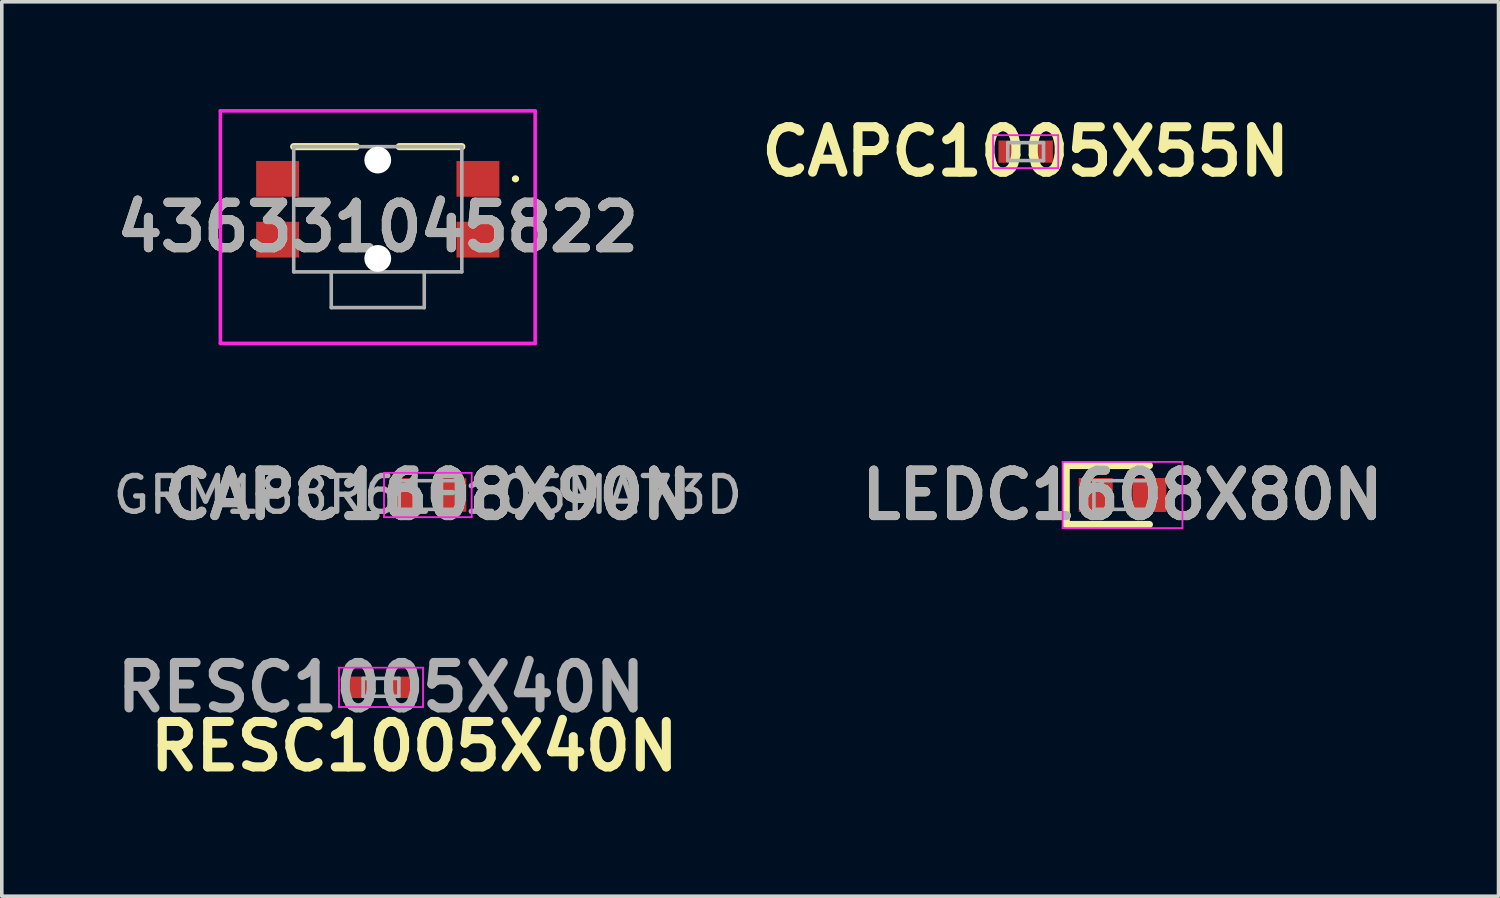
<source format=kicad_pcb>
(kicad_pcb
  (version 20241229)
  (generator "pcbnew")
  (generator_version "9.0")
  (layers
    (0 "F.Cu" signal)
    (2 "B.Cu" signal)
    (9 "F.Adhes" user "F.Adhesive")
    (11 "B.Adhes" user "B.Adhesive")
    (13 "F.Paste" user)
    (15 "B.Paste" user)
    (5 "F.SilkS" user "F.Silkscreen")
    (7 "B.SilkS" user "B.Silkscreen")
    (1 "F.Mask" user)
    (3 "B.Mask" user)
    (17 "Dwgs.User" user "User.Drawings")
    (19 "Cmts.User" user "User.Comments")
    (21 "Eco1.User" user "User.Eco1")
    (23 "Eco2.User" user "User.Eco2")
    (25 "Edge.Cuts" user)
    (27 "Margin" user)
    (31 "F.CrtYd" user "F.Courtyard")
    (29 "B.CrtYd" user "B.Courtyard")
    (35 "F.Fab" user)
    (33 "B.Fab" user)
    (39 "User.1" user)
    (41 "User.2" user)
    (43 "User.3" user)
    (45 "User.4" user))
  (footprint "CAPC1608X90N"
    (layer "F.Cu")
    (at 8.911 10.789)
    (property "Reference" "CAPC1608X90N" (at 0 0 0) (layer "F.SilkS") (effects (font (size 1.27 1.27) (thickness 0.254))))
    (property "Arrow Part Number" "GRM188R61E106MA73D" (at 0 0 0) (unlocked yes) (layer "F.Fab") (effects (font (size 1 1) (thickness 0.15))))
    (attr smd)
    (fp_line (start -1.225 -0.62) (end 1.225 -0.62) (stroke (width 0.05) (type solid)) (layer "F.CrtYd"))
    (fp_line (start -1.225 0.62) (end -1.225 -0.62) (stroke (width 0.05) (type solid)) (layer "F.CrtYd"))
    (fp_line (start 1.225 -0.62) (end 1.225 0.62) (stroke (width 0.05) (type solid)) (layer "F.CrtYd"))
    (fp_line (start 1.225 0.62) (end -1.225 0.62) (stroke (width 0.05) (type solid)) (layer "F.CrtYd"))
    (fp_line (start -0.8 0.4) (end -0.8 -0.4) (stroke (width 0.1) (type solid)) (layer "F.Fab"))
    (fp_line (start -0.8 -0.4) (end 0.8 -0.4) (stroke (width 0.1) (type solid)) (layer "F.Fab"))
    (fp_line (start 0.8 0.4) (end -0.8 0.4) (stroke (width 0.1) (type solid)) (layer "F.Fab"))
    (fp_line (start 0.8 -0.4) (end 0.8 0.4) (stroke (width 0.1) (type solid)) (layer "F.Fab"))
    (fp_text user "${REFERENCE}" (at 0 0 0) (layer "F.Fab") (effects (font (size 1.27 1.27) (thickness 0.254))))
    (pad "1" smd rect (at -0.7 0.000003) (size 0.75 0.94) (layers "F.Cu" "F.Mask" "F.Paste"))
    (pad "2" smd rect (at 0.7 -0.000003) (size 0.75 0.94) (layers "F.Cu" "F.Mask" "F.Paste")))
  (footprint "LEDC1608X80N"
    (layer "F.Cu")
    (at 28.333 10.789)
    (property "Reference" "LEDC1608X80N" (at 0 0 180) (layer "F.SilkS") (effects (font (size 1.27 1.27) (thickness 0.254))))
    (attr smd)
    (fp_line (start -1.575 -0.825) (end -1.575 0.825) (stroke (width 0.2) (type solid)) (layer "F.SilkS"))
    (fp_line (start -1.575 0.825) (end 0.75 0.825) (stroke (width 0.2) (type solid)) (layer "F.SilkS"))
    (fp_line (start 0.75 -0.825) (end -1.575 -0.825) (stroke (width 0.2) (type solid)) (layer "F.SilkS"))
    (fp_line (start -1.675 -0.925) (end 1.675 -0.925) (stroke (width 0.05) (type solid)) (layer "F.CrtYd"))
    (fp_line (start -1.675 0.925) (end -1.675 -0.925) (stroke (width 0.05) (type solid)) (layer "F.CrtYd"))
    (fp_line (start 1.675 -0.925) (end 1.675 0.925) (stroke (width 0.05) (type solid)) (layer "F.CrtYd"))
    (fp_line (start 1.675 0.925) (end -1.675 0.925) (stroke (width 0.05) (type solid)) (layer "F.CrtYd"))
    (fp_line (start -0.8 0.4) (end -0.8 -0.4) (stroke (width 0.1) (type solid)) (layer "F.Fab"))
    (fp_line (start -0.8 -0.4) (end 0.8 -0.4) (stroke (width 0.1) (type solid)) (layer "F.Fab"))
    (fp_line (start -0.8 -0.133) (end -0.533 -0.4) (stroke (width 0.1) (type solid)) (layer "F.Fab"))
    (fp_line (start 0.8 0.4) (end -0.8 0.4) (stroke (width 0.1) (type solid)) (layer "F.Fab"))
    (fp_line (start 0.8 -0.4) (end 0.8 0.4) (stroke (width 0.1) (type solid)) (layer "F.Fab"))
    (fp_text user "${REFERENCE}" (at 0 0 180) (layer "F.Fab") (effects (font (size 1.27 1.27) (thickness 0.254))))
    (pad "1" smd rect (at -0.75 -0.000003 90) (size 0.95 0.95) (layers "F.Cu" "F.Mask" "F.Paste"))
    (pad "2" smd rect (at 0.75 0.000003 90) (size 0.95 0.95) (layers "F.Cu" "F.Mask" "F.Paste")))
  (footprint "CAPC1005X55N"
    (layer "F.Cu")
    (at 25.624 1.189)
    (property "Reference" "CAPC1005X55N" (at 0 0 180) (layer "F.SilkS") (effects (font (size 1.27 1.27) (thickness 0.254))))
    (attr smd)
    (fp_line (start -0.91 0.46) (end -0.91 -0.46) (stroke (width 0.05) (type solid)) (layer "F.CrtYd"))
    (fp_line (start -0.91 -0.46) (end 0.91 -0.46) (stroke (width 0.05) (type solid)) (layer "F.CrtYd"))
    (fp_line (start 0.91 0.46) (end -0.91 0.46) (stroke (width 0.05) (type solid)) (layer "F.CrtYd"))
    (fp_line (start 0.91 -0.46) (end 0.91 0.46) (stroke (width 0.05) (type solid)) (layer "F.CrtYd"))
    (fp_line (start -0.5 -0.25) (end 0.5 -0.25) (stroke (width 0.1) (type solid)) (layer "F.Fab"))
    (fp_line (start -0.5 0.25) (end -0.5 -0.25) (stroke (width 0.1) (type solid)) (layer "F.Fab"))
    (fp_line (start 0.5 -0.25) (end 0.5 0.25) (stroke (width 0.1) (type solid)) (layer "F.Fab"))
    (fp_line (start 0.5 0.25) (end -0.5 0.25) (stroke (width 0.1) (type solid)) (layer "F.Fab"))
    (pad "1" smd rect (at -0.48 0) (size 0.56 0.62) (layers "F.Cu" "F.Mask" "F.Paste"))
    (pad "2" smd rect (at 0.48 0) (size 0.56 0.62) (layers "F.Cu" "F.Mask" "F.Paste")))
  (footprint "RESC1005X40N"
    (layer "F.Cu")
    (at 7.602 16.166)
    (property "Reference" "RESC1005X40N" (at 0.93 1.65 180) (layer "F.SilkS") (effects (font (size 1.27 1.27) (thickness 0.254))))
    (attr smd)
    (fp_line (start -1.175 -0.55) (end 1.175 -0.55) (stroke (width 0.05) (type solid)) (layer "F.CrtYd"))
    (fp_line (start -1.175 0.55) (end -1.175 -0.55) (stroke (width 0.05) (type solid)) (layer "F.CrtYd"))
    (fp_line (start 1.175 -0.55) (end 1.175 0.55) (stroke (width 0.05) (type solid)) (layer "F.CrtYd"))
    (fp_line (start 1.175 0.55) (end -1.175 0.55) (stroke (width 0.05) (type solid)) (layer "F.CrtYd"))
    (fp_line (start -0.5 -0.25) (end 0.5 -0.25) (stroke (width 0.1) (type solid)) (layer "F.Fab"))
    (fp_line (start -0.5 0.25) (end -0.5 -0.25) (stroke (width 0.1) (type solid)) (layer "F.Fab"))
    (fp_line (start 0.5 -0.25) (end 0.5 0.25) (stroke (width 0.1) (type solid)) (layer "F.Fab"))
    (fp_line (start 0.5 0.25) (end -0.5 0.25) (stroke (width 0.1) (type solid)) (layer "F.Fab"))
    (fp_text user "${REFERENCE}" (at 0 0 180) (layer "F.Fab") (effects (font (size 1.27 1.27) (thickness 0.254))))
    (pad "1" smd rect (at -0.55 0 270) (size 0.6 0.75) (layers "F.Cu" "F.Mask" "F.Paste"))
    (pad "2" smd rect (at 0.55 0 270) (size 0.6 0.75) (layers "F.Cu" "F.Mask" "F.Paste")))
  (footprint "436331045822"
    (layer "F.Cu")
    (at 7.511 3.3)
    (property "Reference" "436331045822" (at 0 0 180) (layer "F.SilkS") (effects (font (size 1.27 1.27) (thickness 0.254))))
    (attr through_hole)
    (fp_line (start -2.35 -2.25) (end -0.6 -2.25) (stroke (width 0.2) (type solid)) (layer "F.SilkS"))
    (fp_line (start 0.6 -2.25) (end 2.35 -2.25) (stroke (width 0.2) (type solid)) (layer "F.SilkS"))
    (fp_line (start 3.8 -1.35) (end 3.8 -1.35) (stroke (width 0.1) (type solid)) (layer "F.SilkS"))
    (fp_line (start 3.9 -1.35) (end 3.9 -1.35) (stroke (width 0.1) (type solid)) (layer "F.SilkS"))
    (fp_arc (start 3.8 -1.349999) (mid 3.849999 -1.400001) (end 3.900001 -1.35) (stroke (width 0.1) (type solid)) (layer "F.SilkS"))
    (fp_arc (start 3.900001 -1.35) (mid 3.850001 -1.3) (end 3.8 -1.349999) (stroke (width 0.1) (type solid)) (layer "F.SilkS"))
    (fp_line (start -4.4 3.25) (end -4.4 -3.25) (stroke (width 0.1) (type solid)) (layer "F.CrtYd"))
    (fp_line (start -4.4 -3.25) (end 4.4 -3.25) (stroke (width 0.1) (type solid)) (layer "F.CrtYd"))
    (fp_line (start 4.4 3.25) (end -4.4 3.25) (stroke (width 0.1) (type solid)) (layer "F.CrtYd"))
    (fp_line (start 4.4 -3.25) (end 4.4 3.25) (stroke (width 0.1) (type solid)) (layer "F.CrtYd"))
    (fp_line (start -2.35 -2.25) (end 2.35 -2.25) (stroke (width 0.1) (type solid)) (layer "F.Fab"))
    (fp_line (start -2.35 1.25) (end -2.35 -2.25) (stroke (width 0.1) (type solid)) (layer "F.Fab"))
    (fp_line (start -1.3 1.25) (end -1.3 2.25) (stroke (width 0.1) (type solid)) (layer "F.Fab"))
    (fp_line (start -1.3 2.25) (end 1.3 2.25) (stroke (width 0.1) (type solid)) (layer "F.Fab"))
    (fp_line (start 1.3 2.25) (end 1.3 1.25) (stroke (width 0.1) (type solid)) (layer "F.Fab"))
    (fp_line (start 2.35 -2.25) (end 2.35 1.25) (stroke (width 0.1) (type solid)) (layer "F.Fab"))
    (fp_line (start 2.35 1.25) (end -2.35 1.25) (stroke (width 0.1) (type solid)) (layer "F.Fab"))
    (fp_text user "${REFERENCE}" (at 0 0 180) (layer "F.Fab") (effects (font (size 1.27 1.27) (thickness 0.254))))
    (pad "" np_thru_hole circle (at 0 -1.875) (size 0.75 0.75) (drill 0.75) (layers "*.Cu" "*.Mask"))
    (pad "" np_thru_hole circle (at 0.000001 0.875) (size 0.75 0.75) (drill 0.75) (layers "*.Cu" "*.Mask"))
    (pad "1" smd rect (at 2.8 -1.35 90) (size 1 1.2) (layers "F.Cu" "F.Mask" "F.Paste"))
    (pad "2" smd rect (at 2.8 0.35 90) (size 1 1.2) (layers "F.Cu" "F.Mask" "F.Paste"))
    (pad "3" smd rect (at -2.8 -1.35 90) (size 1 1.2) (layers "F.Cu" "F.Mask" "F.Paste"))
    (pad "4" smd rect (at -2.8 0.35 90) (size 1 1.2) (layers "F.Cu" "F.Mask" "F.Paste")))
  (gr_rect
    (start -3 -3)
    (end 38.844 22.005)
    (stroke (width 0.1) (type default))
    (fill no)
    (layer "Edge.Cuts")))
</source>
